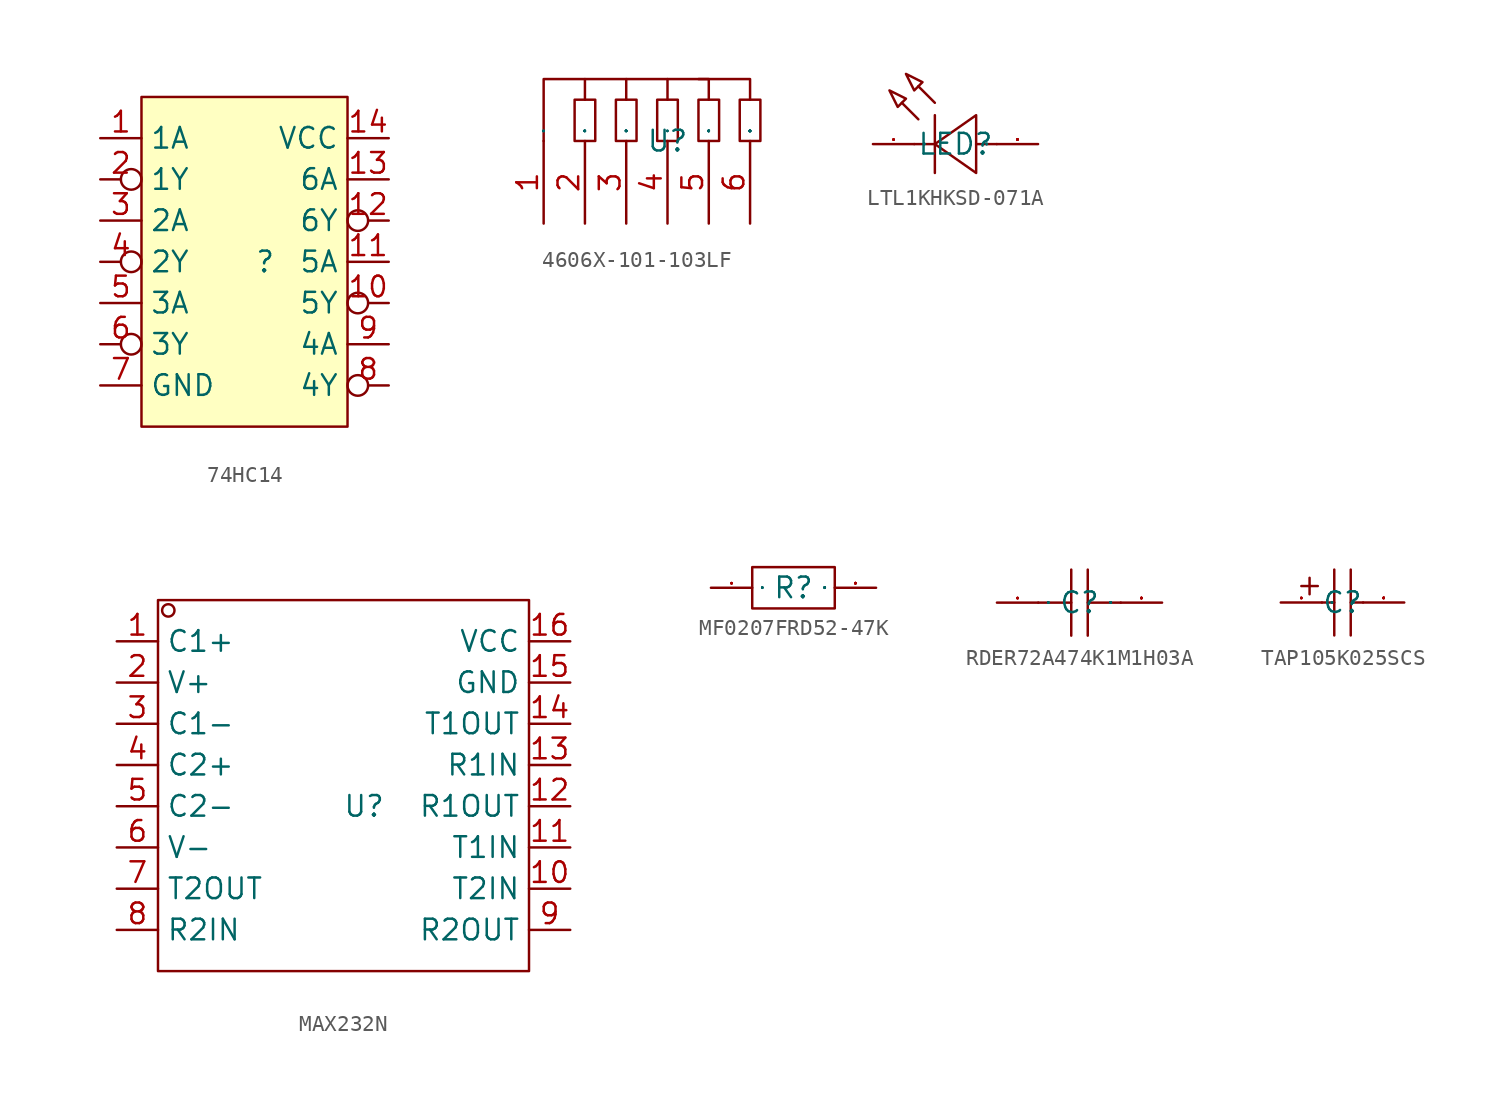
<source format=kicad_sym>
(kicad_symbol_lib
  (version 20241209)
  (generator "kicad_symbol_editor")
  (generator_version "9.0")
  (symbol "74HC14"
    (property "Reference" ""
      (at 0 0 0)
      (effects (font (size 1.27 1.27))))
    (property "Value" ""
      (at 0 0 0)
      (effects (font (size 1.27 1.27))))
    (symbol "74HC14_1_0"
      (rectangle (start -7.62 10.16) (end 5.08 -10.16) (stroke (width 0) (type default)) (fill (type background)))
      (pin input line (at -10.16 7.62 0) (length 2.54) (name "1A" (effects (font (size 1.27 1.27)))) (number "1" (effects (font (size 1.27 1.27)))))
      (pin output inverted (at -10.16 5.08 0) (length 2.54) (name "1Y" (effects (font (size 1.27 1.27)))) (number "2" (effects (font (size 1.27 1.27)))))
      (pin input line (at -10.16 2.54 0) (length 2.54) (name "2A" (effects (font (size 1.27 1.27)))) (number "3" (effects (font (size 1.27 1.27)))))
      (pin output inverted (at -10.16 0 0) (length 2.54) (name "2Y" (effects (font (size 1.27 1.27)))) (number "4" (effects (font (size 1.27 1.27)))))
      (pin input line (at -10.16 -2.54 0) (length 2.54) (name "3A" (effects (font (size 1.27 1.27)))) (number "5" (effects (font (size 1.27 1.27)))))
      (pin output inverted (at -10.16 -5.08 0) (length 2.54) (name "3Y" (effects (font (size 1.27 1.27)))) (number "6" (effects (font (size 1.27 1.27)))))
      (pin power_in line (at -10.16 -7.62 0) (length 2.54) (name "GND" (effects (font (size 1.27 1.27)))) (number "7" (effects (font (size 1.27 1.27)))))
      (pin power_in line (at 7.62 7.62 180) (length 2.54) (name "VCC" (effects (font (size 1.27 1.27)))) (number "14" (effects (font (size 1.27 1.27)))))
      (pin input line (at 7.62 5.08 180) (length 2.54) (name "6A" (effects (font (size 1.27 1.27)))) (number "13" (effects (font (size 1.27 1.27)))))
      (pin output inverted (at 7.62 2.54 180) (length 2.54) (name "6Y" (effects (font (size 1.27 1.27)))) (number "12" (effects (font (size 1.27 1.27)))))
      (pin input line (at 7.62 0 180) (length 2.54) (name "5A" (effects (font (size 1.27 1.27)))) (number "11" (effects (font (size 1.27 1.27)))))
      (pin output inverted (at 7.62 -2.54 180) (length 2.54) (name "5Y" (effects (font (size 1.27 1.27)))) (number "10" (effects (font (size 1.27 1.27)))))
      (pin input line (at 7.62 -5.08 180) (length 2.54) (name "4A" (effects (font (size 1.27 1.27)))) (number "9" (effects (font (size 1.27 1.27)))))
      (pin output inverted (at 7.62 -7.62 180) (length 2.54) (name "4Y" (effects (font (size 1.27 1.27)))) (number "8" (effects (font (size 1.27 1.27)))))))
  (symbol "4606X-101-103LF"
    (property "Reference" "U"
      (at 0 0 0)
      (effects (font (size 1.27 1.27))))
    (symbol "4606X-101-103LF_1_0"
      (polyline (pts (xy -7.62 0) (xy -7.62 3.81) (xy -7.62 3.81) (xy 5.08 3.81) (xy 5.08 3.81) (xy 5.08 2.54)) (stroke (width 0) (type default)) (fill (type none)))
      (rectangle (start -5.715 0) (end -4.445 2.54) (stroke (width 0) (type default)) (fill (type none)))
      (polyline (pts (xy -5.08 2.54) (xy -5.08 3.81)) (stroke (width 0) (type default)) (fill (type none)))
      (rectangle (start -3.175 0) (end -1.905 2.54) (stroke (width 0) (type default)) (fill (type none)))
      (polyline (pts (xy -2.54 2.54) (xy -2.54 3.81)) (stroke (width 0) (type default)) (fill (type none)))
      (rectangle (start -0.635 0) (end 0.635 2.54) (stroke (width 0) (type default)) (fill (type none)))
      (polyline (pts (xy 0 2.54) (xy 0 3.81)) (stroke (width 0) (type default)) (fill (type none)))
      (rectangle (start 1.905 0) (end 3.175 2.54) (stroke (width 0) (type default)) (fill (type none)))
      (polyline (pts (xy 2.54 2.54) (xy 2.54 3.81) (xy 2.54 3.81) (xy 1.905 3.81)) (stroke (width 0) (type default)) (fill (type none)))
      (rectangle (start 4.445 0) (end 5.715 2.54) (stroke (width 0) (type default)) (fill (type none)))
      (pin input line (at -7.62 -5.08 90) (length 5.08) (name "1" (effects (font (size 0.025 0.025)))) (number "1" (effects (font (size 1.27 1.27)))))
      (pin input line (at -5.08 -5.08 90) (length 5.08) (name "2" (effects (font (size 0.025 0.025)))) (number "2" (effects (font (size 1.27 1.27)))))
      (pin input line (at -2.54 -5.08 90) (length 5.08) (name "3" (effects (font (size 0.025 0.025)))) (number "3" (effects (font (size 1.27 1.27)))))
      (pin input line (at 0 -5.08 90) (length 5.08) (name "4" (effects (font (size 0.025 0.025)))) (number "4" (effects (font (size 1.27 1.27)))))
      (pin input line (at 2.54 -5.08 90) (length 5.08) (name "5" (effects (font (size 0.025 0.025)))) (number "5" (effects (font (size 1.27 1.27)))))
      (pin input line (at 5.08 -5.08 90) (length 5.08) (name "6" (effects (font (size 0.025 0.025)))) (number "6" (effects (font (size 1.27 1.27)))))))
  (symbol "LTL1KHKSD-071A"
    (property "Reference" "LED"
      (at 0 0 0)
      (effects (font (size 1.27 1.27))))
    (property "Value" ""
      (at 0 0 0)
      (effects (font (size 1.27 1.27))))
    (symbol "LTL1KHKSD-071A_1_0"
      (polyline (pts (xy -4.064 3.302) (xy -3.048 2.794) (xy -3.048 2.794) (xy -3.556 2.286) (xy -3.556 2.286) (xy -4.064 3.302)) (stroke (width 0) (type default)) (fill (type none)))
      (polyline (pts (xy -3.048 4.318) (xy -2.032 3.81) (xy -2.032 3.81) (xy -2.54 3.302) (xy -2.54 3.302) (xy -3.048 4.318)) (stroke (width 0) (type default)) (fill (type none)))
      (polyline (pts (xy -2.286 1.524) (xy -3.302 2.54)) (stroke (width 0) (type default)) (fill (type none)))
      (polyline (pts (xy -1.27 2.54) (xy -2.286 3.556)) (stroke (width 0) (type default)) (fill (type none)))
      (polyline (pts (xy -1.27 1.778) (xy -1.27 -1.778)) (stroke (width 0) (type default)) (fill (type none)))
      (polyline (pts (xy -1.27 0) (xy -2.54 0)) (stroke (width 0) (type default)) (fill (type none)))
      (polyline (pts (xy 1.27 1.778) (xy -1.27 0) (xy -1.27 0) (xy 1.27 -1.778) (xy 1.27 -1.778) (xy 1.27 1.778)) (stroke (width 0) (type default)) (fill (type none)))
      (polyline (pts (xy 2.54 0) (xy 1.27 0)) (stroke (width 0) (type default)) (fill (type none)))
      (pin unspecified line (at -5.08 0 0) (length 2.54) (name "K" (effects (font (size 0.025 0.025)))) (number "1" (effects (font (size 0.025 0.025)))))
      (pin unspecified line (at 5.08 0 180) (length 2.54) (name "A" (effects (font (size 0.025 0.025)))) (number "2" (effects (font (size 0.025 0.025)))))))
  (symbol "MAX232N"
    (property "Reference" "U"
      (at 0 0 0)
      (effects (font (size 1.27 1.27))))
    (property "Value" ""
      (at 0 0 0)
      (effects (font (size 1.27 1.27))))
    (symbol "MAX232N_1_0"
      (rectangle (start -12.7 -10.16) (end 10.16 12.7) (stroke (width 0) (type default)) (fill (type none)))
      (circle (center -12.065 12.065) (radius 0.381) (stroke (width 0) (type default)) (fill (type none)))
      (pin unspecified line (at -15.24 10.16 0) (length 2.54) (name "C1+" (effects (font (size 1.27 1.27)))) (number "1" (effects (font (size 1.27 1.27)))))
      (pin unspecified line (at -15.24 7.62 0) (length 2.54) (name "V+" (effects (font (size 1.27 1.27)))) (number "2" (effects (font (size 1.27 1.27)))))
      (pin unspecified line (at -15.24 5.08 0) (length 2.54) (name "C1-" (effects (font (size 1.27 1.27)))) (number "3" (effects (font (size 1.27 1.27)))))
      (pin unspecified line (at -15.24 2.54 0) (length 2.54) (name "C2+" (effects (font (size 1.27 1.27)))) (number "4" (effects (font (size 1.27 1.27)))))
      (pin unspecified line (at -15.24 0 0) (length 2.54) (name "C2-" (effects (font (size 1.27 1.27)))) (number "5" (effects (font (size 1.27 1.27)))))
      (pin unspecified line (at -15.24 -2.54 0) (length 2.54) (name "V-" (effects (font (size 1.27 1.27)))) (number "6" (effects (font (size 1.27 1.27)))))
      (pin unspecified line (at -15.24 -5.08 0) (length 2.54) (name "T2OUT" (effects (font (size 1.27 1.27)))) (number "7" (effects (font (size 1.27 1.27)))))
      (pin unspecified line (at -15.24 -7.62 0) (length 2.54) (name "R2IN" (effects (font (size 1.27 1.27)))) (number "8" (effects (font (size 1.27 1.27)))))
      (pin unspecified line (at 12.7 10.16 180) (length 2.54) (name "VCC" (effects (font (size 1.27 1.27)))) (number "16" (effects (font (size 1.27 1.27)))))
      (pin unspecified line (at 12.7 7.62 180) (length 2.54) (name "GND" (effects (font (size 1.27 1.27)))) (number "15" (effects (font (size 1.27 1.27)))))
      (pin unspecified line (at 12.7 5.08 180) (length 2.54) (name "T1OUT" (effects (font (size 1.27 1.27)))) (number "14" (effects (font (size 1.27 1.27)))))
      (pin unspecified line (at 12.7 2.54 180) (length 2.54) (name "R1IN" (effects (font (size 1.27 1.27)))) (number "13" (effects (font (size 1.27 1.27)))))
      (pin unspecified line (at 12.7 0 180) (length 2.54) (name "R1OUT" (effects (font (size 1.27 1.27)))) (number "12" (effects (font (size 1.27 1.27)))))
      (pin unspecified line (at 12.7 -2.54 180) (length 2.54) (name "T1IN" (effects (font (size 1.27 1.27)))) (number "11" (effects (font (size 1.27 1.27)))))
      (pin unspecified line (at 12.7 -5.08 180) (length 2.54) (name "T2IN" (effects (font (size 1.27 1.27)))) (number "10" (effects (font (size 1.27 1.27)))))
      (pin unspecified line (at 12.7 -7.62 180) (length 2.54) (name "R2OUT" (effects (font (size 1.27 1.27)))) (number "9" (effects (font (size 1.27 1.27)))))))
  (symbol "MF0207FRD52-47K"
    (property "Reference" "R"
      (at 0 0 0)
      (effects (font (size 1.27 1.27))))
    (symbol "MF0207FRD52-47K_1_0"
      (rectangle (start -2.54 -1.27) (end 2.54 1.27) (stroke (width 0) (type default)) (fill (type none)))
      (pin unspecified line (at -5.08 0 0) (length 2.54) (name "1" (effects (font (size 0.025 0.025)))) (number "1" (effects (font (size 0.025 0.025)))))
      (pin unspecified line (at 5.08 0 180) (length 2.54) (name "2" (effects (font (size 0.025 0.025)))) (number "2" (effects (font (size 0.025 0.025)))))))
  (symbol "RDER72A474K1M1H03A"
    (property "Reference" "C"
      (at 0 0 0)
      (effects (font (size 1.27 1.27))))
    (symbol "RDER72A474K1M1H03A_1_0"
      (polyline (pts (xy -0.508 0) (xy -2.54 0)) (stroke (width 0) (type default)) (fill (type none)))
      (polyline (pts (xy -0.508 -2.032) (xy -0.508 2.032)) (stroke (width 0) (type default)) (fill (type none)))
      (polyline (pts (xy 0.508 2.032) (xy 0.508 -2.032)) (stroke (width 0) (type default)) (fill (type none)))
      (polyline (pts (xy 2.54 0) (xy 0.508 0)) (stroke (width 0) (type default)) (fill (type none)))
      (pin unspecified line (at -5.08 0 0) (length 2.54) (name "1" (effects (font (size 0.025 0.025)))) (number "1" (effects (font (size 0.025 0.025)))))
      (pin unspecified line (at 5.08 0 180) (length 2.54) (name "2" (effects (font (size 0.025 0.025)))) (number "2" (effects (font (size 0.025 0.025)))))))
  (symbol "TAP105K025SCS"
    (property "Reference" "C"
      (at 0 0 0)
      (effects (font (size 1.27 1.27))))
    (symbol "TAP105K025SCS_1_0"
      (polyline (pts (xy -2.54 1.016) (xy -1.524 1.016)) (stroke (width 0) (type default)) (fill (type none)))
      (polyline (pts (xy -2.032 1.524) (xy -2.032 0.508)) (stroke (width 0) (type default)) (fill (type none)))
      (polyline (pts (xy -1.27 0) (xy -0.508 0)) (stroke (width 0) (type default)) (fill (type none)))
      (polyline (pts (xy -0.508 2.032) (xy -0.508 -2.032)) (stroke (width 0) (type default)) (fill (type none)))
      (polyline (pts (xy 0.508 2.032) (xy 0.508 -2.032)) (stroke (width 0) (type default)) (fill (type none)))
      (polyline (pts (xy 0.508 0) (xy 1.27 0)) (stroke (width 0) (type default)) (fill (type none)))
      (pin input line (at -3.81 0 0) (length 2.54) (name "1" (effects (font (size 0.025 0.025)))) (number "1" (effects (font (size 0.025 0.025)))))
      (pin input line (at 3.81 0 180) (length 2.54) (name "2" (effects (font (size 0.025 0.025)))) (number "2" (effects (font (size 0.025 0.025))))))))
</source>
